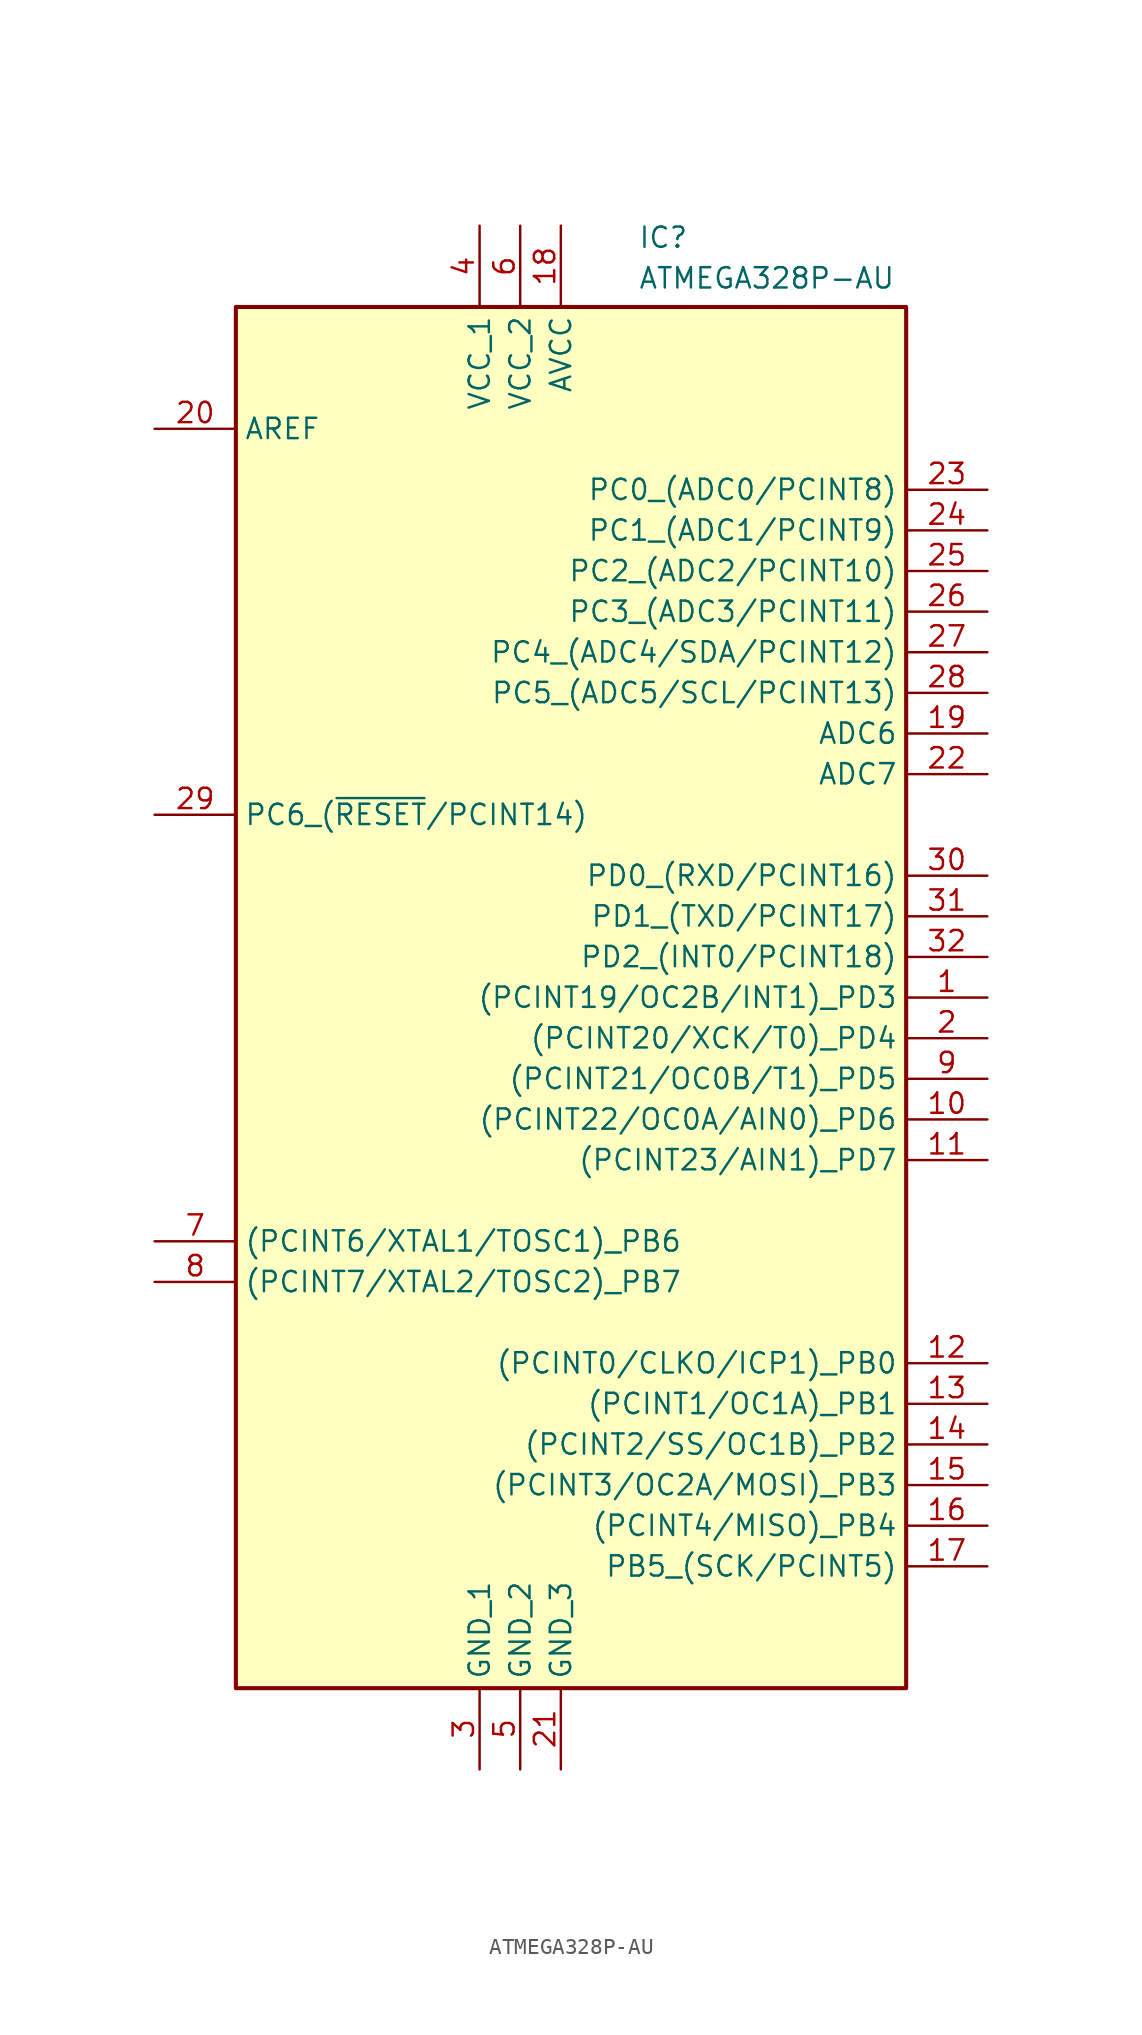
<source format=kicad_sym>
(kicad_symbol_lib
  (version 20241209)
  (generator "kicad_symbol_editor")
  (generator_version "9.0")
  (symbol "ATMEGA328P-AU"
    (property "Reference" "IC"
      (at 25.146 5.08 0)
      (effects (font (size 1.27 1.27)) (justify left top)))
    (property "Value" "ATMEGA328P-AU"
      (at 25.146 2.54 0)
      (effects (font (size 1.27 1.27)) (justify left top)))
    (symbol "ATMEGA328P-AU_1_1"
      (rectangle (start 0 0) (end 41.91 -86.36) (stroke (width 0.254) (type default)) (fill (type background)))
      (pin passive line (at -5.08 -7.62 0) (length 5.08) (name "AREF" (effects (font (size 1.27 1.27)))) (number "20" (effects (font (size 1.27 1.27)))))
      (pin passive line (at -5.08 -31.75 0) (length 5.08) (name "PC6_(~{RESET}/PCINT14)" (effects (font (size 1.27 1.27)))) (number "29" (effects (font (size 1.27 1.27)))))
      (pin passive line (at -5.08 -58.42 0) (length 5.08) (name "(PCINT6/XTAL1/TOSC1)_PB6" (effects (font (size 1.27 1.27)))) (number "7" (effects (font (size 1.27 1.27)))))
      (pin passive line (at -5.08 -60.96 0) (length 5.08) (name "(PCINT7/XTAL2/TOSC2)_PB7" (effects (font (size 1.27 1.27)))) (number "8" (effects (font (size 1.27 1.27)))))
      (pin passive line (at 15.24 5.08 270) (length 5.08) (name "VCC_1" (effects (font (size 1.27 1.27)))) (number "4" (effects (font (size 1.27 1.27)))))
      (pin passive line (at 15.24 -91.44 90) (length 5.08) (name "GND_1" (effects (font (size 1.27 1.27)))) (number "3" (effects (font (size 1.27 1.27)))))
      (pin passive line (at 17.78 5.08 270) (length 5.08) (name "VCC_2" (effects (font (size 1.27 1.27)))) (number "6" (effects (font (size 1.27 1.27)))))
      (pin passive line (at 17.78 -91.44 90) (length 5.08) (name "GND_2" (effects (font (size 1.27 1.27)))) (number "5" (effects (font (size 1.27 1.27)))))
      (pin passive line (at 20.32 5.08 270) (length 5.08) (name "AVCC" (effects (font (size 1.27 1.27)))) (number "18" (effects (font (size 1.27 1.27)))))
      (pin passive line (at 20.32 -91.44 90) (length 5.08) (name "GND_3" (effects (font (size 1.27 1.27)))) (number "21" (effects (font (size 1.27 1.27)))))
      (pin passive line (at 46.99 -11.43 180) (length 5.08) (name "PC0_(ADC0/PCINT8)" (effects (font (size 1.27 1.27)))) (number "23" (effects (font (size 1.27 1.27)))))
      (pin passive line (at 46.99 -13.97 180) (length 5.08) (name "PC1_(ADC1/PCINT9)" (effects (font (size 1.27 1.27)))) (number "24" (effects (font (size 1.27 1.27)))))
      (pin passive line (at 46.99 -16.51 180) (length 5.08) (name "PC2_(ADC2/PCINT10)" (effects (font (size 1.27 1.27)))) (number "25" (effects (font (size 1.27 1.27)))))
      (pin passive line (at 46.99 -19.05 180) (length 5.08) (name "PC3_(ADC3/PCINT11)" (effects (font (size 1.27 1.27)))) (number "26" (effects (font (size 1.27 1.27)))))
      (pin passive line (at 46.99 -21.59 180) (length 5.08) (name "PC4_(ADC4/SDA/PCINT12)" (effects (font (size 1.27 1.27)))) (number "27" (effects (font (size 1.27 1.27)))))
      (pin passive line (at 46.99 -24.13 180) (length 5.08) (name "PC5_(ADC5/SCL/PCINT13)" (effects (font (size 1.27 1.27)))) (number "28" (effects (font (size 1.27 1.27)))))
      (pin passive line (at 46.99 -26.67 180) (length 5.08) (name "ADC6" (effects (font (size 1.27 1.27)))) (number "19" (effects (font (size 1.27 1.27)))))
      (pin passive line (at 46.99 -29.21 180) (length 5.08) (name "ADC7" (effects (font (size 1.27 1.27)))) (number "22" (effects (font (size 1.27 1.27)))))
      (pin passive line (at 46.99 -35.56 180) (length 5.08) (name "PD0_(RXD/PCINT16)" (effects (font (size 1.27 1.27)))) (number "30" (effects (font (size 1.27 1.27)))))
      (pin passive line (at 46.99 -38.1 180) (length 5.08) (name "PD1_(TXD/PCINT17)" (effects (font (size 1.27 1.27)))) (number "31" (effects (font (size 1.27 1.27)))))
      (pin passive line (at 46.99 -40.64 180) (length 5.08) (name "PD2_(INT0/PCINT18)" (effects (font (size 1.27 1.27)))) (number "32" (effects (font (size 1.27 1.27)))))
      (pin passive line (at 46.99 -43.18 180) (length 5.08) (name "(PCINT19/OC2B/INT1)_PD3" (effects (font (size 1.27 1.27)))) (number "1" (effects (font (size 1.27 1.27)))))
      (pin passive line (at 46.99 -45.72 180) (length 5.08) (name "(PCINT20/XCK/T0)_PD4" (effects (font (size 1.27 1.27)))) (number "2" (effects (font (size 1.27 1.27)))))
      (pin passive line (at 46.99 -48.26 180) (length 5.08) (name "(PCINT21/OC0B/T1)_PD5" (effects (font (size 1.27 1.27)))) (number "9" (effects (font (size 1.27 1.27)))))
      (pin passive line (at 46.99 -50.8 180) (length 5.08) (name "(PCINT22/OC0A/AIN0)_PD6" (effects (font (size 1.27 1.27)))) (number "10" (effects (font (size 1.27 1.27)))))
      (pin passive line (at 46.99 -53.34 180) (length 5.08) (name "(PCINT23/AIN1)_PD7" (effects (font (size 1.27 1.27)))) (number "11" (effects (font (size 1.27 1.27)))))
      (pin passive line (at 46.99 -66.04 180) (length 5.08) (name "(PCINT0/CLKO/ICP1)_PB0" (effects (font (size 1.27 1.27)))) (number "12" (effects (font (size 1.27 1.27)))))
      (pin passive line (at 46.99 -68.58 180) (length 5.08) (name "(PCINT1/OC1A)_PB1" (effects (font (size 1.27 1.27)))) (number "13" (effects (font (size 1.27 1.27)))))
      (pin passive line (at 46.99 -71.12 180) (length 5.08) (name "(PCINT2/SS/OC1B)_PB2" (effects (font (size 1.27 1.27)))) (number "14" (effects (font (size 1.27 1.27)))))
      (pin passive line (at 46.99 -73.66 180) (length 5.08) (name "(PCINT3/OC2A/MOSI)_PB3" (effects (font (size 1.27 1.27)))) (number "15" (effects (font (size 1.27 1.27)))))
      (pin passive line (at 46.99 -76.2 180) (length 5.08) (name "(PCINT4/MISO)_PB4" (effects (font (size 1.27 1.27)))) (number "16" (effects (font (size 1.27 1.27)))))
      (pin passive line (at 46.99 -78.74 180) (length 5.08) (name "PB5_(SCK/PCINT5)" (effects (font (size 1.27 1.27)))) (number "17" (effects (font (size 1.27 1.27))))))))
</source>
